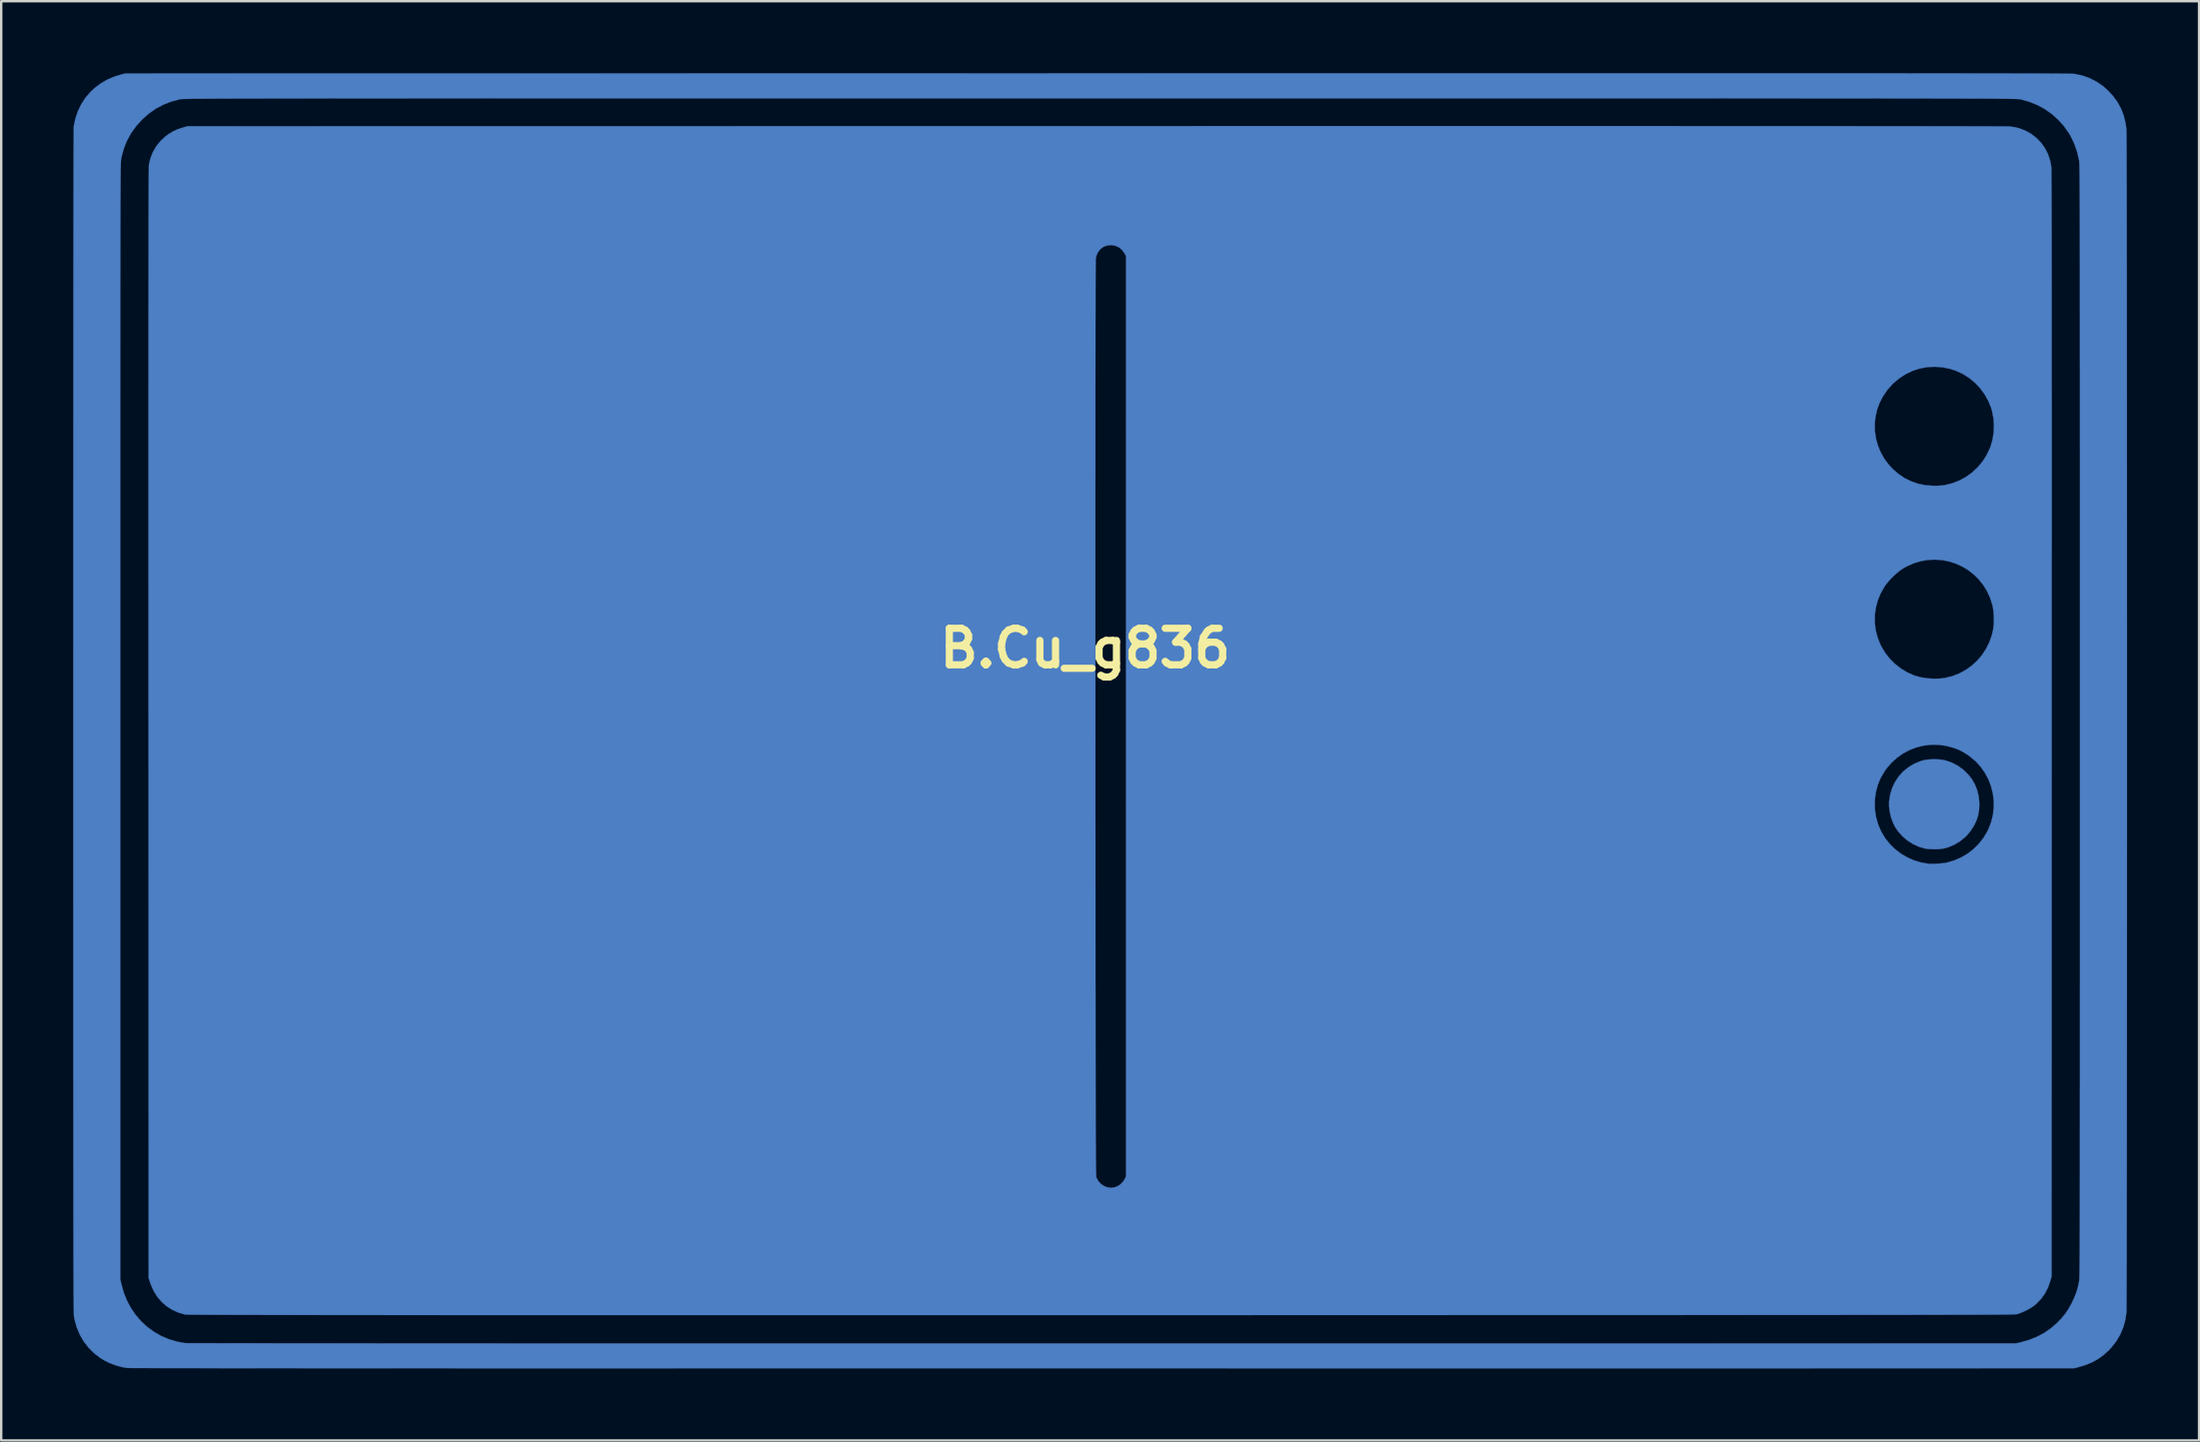
<source format=kicad_pcb>
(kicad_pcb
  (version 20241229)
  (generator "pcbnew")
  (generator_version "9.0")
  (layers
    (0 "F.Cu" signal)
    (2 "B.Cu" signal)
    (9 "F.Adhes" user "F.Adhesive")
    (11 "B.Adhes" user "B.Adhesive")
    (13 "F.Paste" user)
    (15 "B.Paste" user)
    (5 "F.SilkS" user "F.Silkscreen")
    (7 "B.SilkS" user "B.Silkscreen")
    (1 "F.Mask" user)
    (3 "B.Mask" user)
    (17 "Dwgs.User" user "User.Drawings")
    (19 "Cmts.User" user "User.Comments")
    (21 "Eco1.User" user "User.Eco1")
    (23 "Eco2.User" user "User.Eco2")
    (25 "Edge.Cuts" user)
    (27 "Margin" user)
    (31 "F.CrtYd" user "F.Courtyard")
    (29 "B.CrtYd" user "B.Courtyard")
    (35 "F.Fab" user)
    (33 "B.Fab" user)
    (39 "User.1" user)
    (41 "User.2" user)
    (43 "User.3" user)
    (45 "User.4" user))
  (footprint "B.Cu_g836"
    (layer "F.Cu")
    (at 42.19 23.984)
    (property "Reference" "B.Cu_g836" (at 0 0 0) (layer "F.SilkS") (effects (font (size 1.524 1.524) (thickness 0.3))))
    (attr through_hole)
    (fp_poly (pts (xy 35.623 4.636) (xy 35.787 4.657) (xy 35.867 4.675) (xy 36.131 4.767) (xy 36.379 4.896) (xy 36.607 5.059) (xy 36.809 5.254) (xy 36.971 5.461) (xy 37.1 5.687) (xy 37.195 5.934) (xy 37.255 6.197) (xy 37.28 6.467) (xy 37.269 6.74) (xy 37.233 6.952) (xy 37.164 7.172) (xy 37.059 7.392) (xy 36.925 7.603) (xy 36.767 7.795) (xy 36.685 7.877) (xy 36.469 8.052) (xy 36.233 8.193) (xy 35.984 8.297) (xy 35.788 8.349) (xy 35.654 8.368) (xy 35.494 8.378) (xy 35.326 8.378) (xy 35.164 8.37) (xy 35.025 8.352) (xy 34.999 8.347) (xy 34.752 8.274) (xy 34.513 8.163) (xy 34.287 8.019) (xy 34.082 7.846) (xy 33.904 7.65) (xy 33.773 7.459) (xy 33.677 7.265) (xy 33.6 7.051) (xy 33.546 6.828) (xy 33.517 6.608) (xy 33.516 6.403) (xy 33.518 6.382) (xy 33.564 6.095) (xy 33.647 5.825) (xy 33.765 5.576) (xy 33.915 5.348) (xy 34.096 5.146) (xy 34.305 4.972) (xy 34.54 4.828) (xy 34.798 4.717) (xy 34.936 4.675) (xy 35.083 4.646) (xy 35.256 4.63) (xy 35.441 4.627) (xy 35.623 4.636)) (stroke (width 0.01) (type solid)) (fill yes) (layer "B.Cu"))
    (fp_poly (pts (xy 17.106 -21.777) (xy 18.375 -21.777) (xy 19.604 -21.777) (xy 20.792 -21.777) (xy 21.941 -21.777) (xy 23.049 -21.777) (xy 24.117 -21.777) (xy 25.146 -21.776) (xy 26.136 -21.776) (xy 27.086 -21.776) (xy 27.997 -21.776) (xy 28.869 -21.775) (xy 29.702 -21.775) (xy 30.496 -21.775) (xy 31.252 -21.774) (xy 31.97 -21.774) (xy 32.649 -21.773) (xy 33.291 -21.773) (xy 33.894 -21.772) (xy 34.46 -21.772) (xy 34.988 -21.771) (xy 35.479 -21.77) (xy 35.933 -21.77) (xy 36.349 -21.769) (xy 36.729 -21.768) (xy 37.072 -21.768) (xy 37.378 -21.767) (xy 37.648 -21.766) (xy 37.881 -21.765) (xy 38.079 -21.764) (xy 38.24 -21.764) (xy 38.366 -21.763) (xy 38.456 -21.762) (xy 38.51 -21.761) (xy 38.528 -21.76) (xy 38.685 -21.741) (xy 38.835 -21.713) (xy 38.951 -21.683) (xy 39.215 -21.58) (xy 39.455 -21.442) (xy 39.671 -21.273) (xy 39.859 -21.076) (xy 40.016 -20.854) (xy 40.14 -20.61) (xy 40.23 -20.346) (xy 40.279 -20.085) (xy 40.281 -20.063) (xy 40.282 -20.018) (xy 40.283 -19.95) (xy 40.284 -19.859) (xy 40.285 -19.744) (xy 40.286 -19.604) (xy 40.287 -19.44) (xy 40.288 -19.249) (xy 40.289 -19.033) (xy 40.29 -18.79) (xy 40.291 -18.52) (xy 40.292 -18.222) (xy 40.293 -17.897) (xy 40.293 -17.542) (xy 40.294 -17.159) (xy 40.295 -16.746) (xy 40.295 -16.303) (xy 40.296 -15.829) (xy 40.296 -15.324) (xy 40.297 -14.787) (xy 40.297 -14.218) (xy 40.297 -13.616) (xy 40.298 -12.981) (xy 40.298 -12.313) (xy 40.298 -11.61) (xy 40.298 -10.872) (xy 40.299 -10.099) (xy 40.299 -9.291) (xy 40.299 -8.446) (xy 40.299 -7.564) (xy 40.299 -6.645) (xy 40.299 -5.688) (xy 40.299 -4.693) (xy 40.298 -3.659) (xy 40.298 -2.585) (xy 40.298 -1.472) (xy 40.298 -0.319) (xy 40.298 0.876) (xy 40.297 2.112) (xy 40.297 3.154) (xy 40.291 26.194) (xy 40.243 26.37) (xy 40.148 26.644) (xy 40.02 26.897) (xy 39.858 27.125) (xy 39.667 27.325) (xy 39.555 27.418) (xy 39.425 27.506) (xy 39.269 27.594) (xy 39.102 27.674) (xy 38.94 27.738) (xy 38.862 27.763) (xy 38.856 27.765) (xy 38.848 27.766) (xy 38.838 27.768) (xy 38.825 27.769) (xy 38.808 27.771) (xy 38.788 27.772) (xy 38.763 27.773) (xy 38.733 27.775) (xy 38.698 27.776) (xy 38.656 27.777) (xy 38.607 27.778) (xy 38.551 27.779) (xy 38.486 27.781) (xy 38.414 27.782) (xy 38.332 27.783) (xy 38.24 27.784) (xy 38.138 27.785) (xy 38.025 27.786) (xy 37.901 27.786) (xy 37.764 27.787) (xy 37.615 27.788) (xy 37.453 27.789) (xy 37.277 27.79) (xy 37.086 27.791) (xy 36.881 27.791) (xy 36.66 27.792) (xy 36.423 27.793) (xy 36.169 27.793) (xy 35.898 27.794) (xy 35.609 27.795) (xy 35.302 27.795) (xy 34.976 27.796) (xy 34.63 27.796) (xy 34.264 27.797) (xy 33.878 27.797) (xy 33.47 27.798) (xy 33.04 27.798) (xy 32.588 27.799) (xy 32.112 27.799) (xy 31.613 27.799) (xy 31.09 27.8) (xy 30.542 27.8) (xy 29.969 27.8) (xy 29.37 27.801) (xy 28.744 27.801) (xy 28.092 27.801) (xy 27.411 27.802) (xy 26.703 27.802) (xy 25.965 27.802) (xy 25.199 27.802) (xy 24.402 27.803) (xy 23.574 27.803) (xy 22.716 27.803) (xy 21.826 27.803) (xy 20.903 27.804) (xy 19.948 27.804) (xy 18.96 27.804) (xy 17.937 27.804) (xy 16.879 27.804) (xy 15.787 27.804) (xy 14.659 27.805) (xy 13.494 27.805) (xy 12.293 27.805) (xy 11.054 27.805) (xy 9.777 27.805) (xy 8.461 27.805) (xy 7.106 27.805) (xy 5.712 27.806) (xy 4.277 27.806) (xy 2.801 27.806) (xy 1.283 27.806) (xy 0.667 27.806) (xy -0.891 27.806) (xy -2.406 27.806) (xy -3.881 27.806) (xy -5.315 27.807) (xy -6.708 27.807) (xy -8.062 27.807) (xy -9.377 27.807) (xy -10.654 27.807) (xy -11.892 27.807) (xy -13.093 27.807) (xy -14.258 27.807) (xy -15.385 27.807) (xy -16.478 27.807) (xy -17.534 27.807) (xy -18.557 27.807) (xy -19.545 27.807) (xy -20.499 27.807) (xy -21.42 27.807) (xy -22.309 27.807) (xy -23.166 27.806) (xy -23.992 27.806) (xy -24.786 27.806) (xy -25.551 27.806) (xy -26.285 27.806) (xy -26.991 27.805) (xy -27.667 27.805) (xy -28.316 27.805) (xy -28.937 27.805) (xy -29.53 27.804) (xy -30.098 27.804) (xy -30.639 27.804) (xy -31.155 27.803) (xy -31.646 27.803) (xy -32.113 27.802) (xy -32.556 27.802) (xy -32.976 27.802) (xy -33.373 27.801) (xy -33.748 27.801) (xy -34.102 27.8) (xy -34.434 27.799) (xy -34.746 27.799) (xy -35.038 27.798) (xy -35.311 27.798) (xy -35.564 27.797) (xy -35.8 27.796) (xy -36.017 27.795) (xy -36.218 27.795) (xy -36.402 27.794) (xy -36.569 27.793) (xy -36.721 27.792) (xy -36.858 27.791) (xy -36.981 27.791) (xy -37.089 27.79) (xy -37.185 27.789) (xy -37.267 27.788) (xy -37.337 27.787) (xy -37.395 27.786) (xy -37.442 27.784) (xy -37.479 27.783) (xy -37.505 27.782) (xy -37.522 27.781) (xy -37.529 27.78) (xy -37.807 27.7) (xy -38.063 27.584) (xy -38.296 27.434) (xy -38.503 27.252) (xy -38.683 27.04) (xy -38.834 26.798) (xy -38.954 26.529) (xy -38.994 26.412) (xy -39.042 26.257) (xy -39.048 3.122) (xy -39.049 1.848) (xy -39.049 0.616) (xy -39.049 -0.575) (xy -39.049 -1.725) (xy -39.05 -2.835) (xy -39.05 -3.905) (xy -39.05 -4.012) (xy 0.427 -4.012) (xy 0.427 -3.073) (xy 0.427 -2.103) (xy 0.427 -1.104) (xy 0.427 -0.074) (xy 0.428 0.984) (xy 0.428 2.072) (xy 0.428 2.932) (xy 0.429 4.012) (xy 0.429 5.051) (xy 0.429 6.049) (xy 0.429 7.007) (xy 0.43 7.926) (xy 0.43 8.807) (xy 0.43 9.65) (xy 0.431 10.457) (xy 0.431 11.228) (xy 0.431 11.964) (xy 0.432 12.666) (xy 0.432 13.334) (xy 0.432 13.97) (xy 0.433 14.574) (xy 0.433 15.147) (xy 0.434 15.691) (xy 0.434 16.205) (xy 0.435 16.69) (xy 0.435 17.148) (xy 0.436 17.579) (xy 0.436 17.984) (xy 0.437 18.363) (xy 0.437 18.719) (xy 0.438 19.051) (xy 0.439 19.36) (xy 0.439 19.647) (xy 0.44 19.913) (xy 0.441 20.158) (xy 0.442 20.385) (xy 0.443 20.592) (xy 0.444 20.782) (xy 0.444 20.954) (xy 0.446 21.111) (xy 0.447 21.252) (xy 0.448 21.378) (xy 0.449 21.491) (xy 0.45 21.59) (xy 0.451 21.678) (xy 0.453 21.754) (xy 0.454 21.82) (xy 0.456 21.876) (xy 0.457 21.923) (xy 0.459 21.962) (xy 0.461 21.994) (xy 0.462 22.019) (xy 0.464 22.039) (xy 0.466 22.054) (xy 0.468 22.065) (xy 0.47 22.072) (xy 0.471 22.075) (xy 0.548 22.217) (xy 0.653 22.332) (xy 0.778 22.419) (xy 0.917 22.474) (xy 1.066 22.496) (xy 1.216 22.481) (xy 1.346 22.436) (xy 1.479 22.349) (xy 1.589 22.231) (xy 1.653 22.128) (xy 1.704 22.024) (xy 1.704 6.395) (xy 32.92 6.395) (xy 32.927 6.726) (xy 32.974 7.044) (xy 33.061 7.35) (xy 33.189 7.642) (xy 33.356 7.922) (xy 33.375 7.948) (xy 33.561 8.177) (xy 33.777 8.385) (xy 34.018 8.568) (xy 34.277 8.721) (xy 34.549 8.842) (xy 34.827 8.926) (xy 34.957 8.951) (xy 35.039 8.964) (xy 35.112 8.976) (xy 35.158 8.984) (xy 35.221 8.989) (xy 35.315 8.99) (xy 35.43 8.987) (xy 35.554 8.98) (xy 35.677 8.971) (xy 35.788 8.96) (xy 35.875 8.948) (xy 35.895 8.944) (xy 36.207 8.857) (xy 36.502 8.732) (xy 36.777 8.572) (xy 37.029 8.38) (xy 37.254 8.158) (xy 37.451 7.908) (xy 37.615 7.633) (xy 37.655 7.552) (xy 37.77 7.26) (xy 37.845 6.959) (xy 37.881 6.655) (xy 37.88 6.351) (xy 37.842 6.05) (xy 37.769 5.757) (xy 37.661 5.474) (xy 37.52 5.206) (xy 37.346 4.955) (xy 37.141 4.727) (xy 36.905 4.525) (xy 36.784 4.439) (xy 36.639 4.348) (xy 36.511 4.276) (xy 36.384 4.217) (xy 36.244 4.164) (xy 36.2 4.149) (xy 35.889 4.067) (xy 35.576 4.025) (xy 35.264 4.022) (xy 34.958 4.059) (xy 34.659 4.132) (xy 34.372 4.242) (xy 34.099 4.387) (xy 33.845 4.566) (xy 33.613 4.777) (xy 33.406 5.02) (xy 33.324 5.137) (xy 33.164 5.412) (xy 33.045 5.698) (xy 32.966 5.998) (xy 32.924 6.314) (xy 32.92 6.395) (xy 1.704 6.395) (xy 1.704 -1.064) (xy 32.921 -1.064) (xy 32.96 -0.752) (xy 33.04 -0.445) (xy 33.16 -0.146) (xy 33.187 -0.091) (xy 33.346 0.179) (xy 33.539 0.427) (xy 33.762 0.65) (xy 34.009 0.844) (xy 34.277 1.006) (xy 34.562 1.131) (xy 34.624 1.152) (xy 34.853 1.212) (xy 35.105 1.252) (xy 35.366 1.27) (xy 35.621 1.264) (xy 35.838 1.239) (xy 36.146 1.164) (xy 36.438 1.052) (xy 36.712 0.904) (xy 36.963 0.725) (xy 37.19 0.517) (xy 37.391 0.281) (xy 37.562 0.022) (xy 37.7 -0.259) (xy 37.804 -0.559) (xy 37.857 -0.79) (xy 37.877 -0.954) (xy 37.885 -1.142) (xy 37.883 -1.34) (xy 37.869 -1.533) (xy 37.845 -1.708) (xy 37.827 -1.795) (xy 37.73 -2.101) (xy 37.599 -2.385) (xy 37.439 -2.644) (xy 37.252 -2.878) (xy 37.04 -3.085) (xy 36.807 -3.265) (xy 36.556 -3.415) (xy 36.29 -3.534) (xy 36.012 -3.622) (xy 35.725 -3.678) (xy 35.432 -3.699) (xy 35.135 -3.685) (xy 34.839 -3.634) (xy 34.545 -3.546) (xy 34.257 -3.418) (xy 34.087 -3.322) (xy 33.942 -3.22) (xy 33.788 -3.091) (xy 33.634 -2.945) (xy 33.493 -2.791) (xy 33.372 -2.641) (xy 33.325 -2.572) (xy 33.165 -2.288) (xy 33.044 -1.992) (xy 32.963 -1.687) (xy 32.922 -1.376) (xy 32.921 -1.064) (xy 1.704 -1.064) (xy 1.704 -9.355) (xy 32.919 -9.355) (xy 32.925 -9.056) (xy 32.968 -8.759) (xy 33.047 -8.467) (xy 33.162 -8.184) (xy 33.314 -7.913) (xy 33.503 -7.658) (xy 33.655 -7.492) (xy 33.9 -7.276) (xy 34.163 -7.098) (xy 34.443 -6.959) (xy 34.74 -6.858) (xy 35.052 -6.797) (xy 35.38 -6.775) (xy 35.383 -6.775) (xy 35.515 -6.777) (xy 35.649 -6.784) (xy 35.769 -6.795) (xy 35.839 -6.804) (xy 36.146 -6.879) (xy 36.438 -6.992) (xy 36.713 -7.14) (xy 36.967 -7.321) (xy 37.196 -7.532) (xy 37.399 -7.771) (xy 37.571 -8.035) (xy 37.711 -8.322) (xy 37.75 -8.424) (xy 37.83 -8.702) (xy 37.876 -8.997) (xy 37.888 -9.298) (xy 37.867 -9.598) (xy 37.813 -9.886) (xy 37.77 -10.032) (xy 37.65 -10.324) (xy 37.496 -10.597) (xy 37.31 -10.849) (xy 37.095 -11.075) (xy 36.855 -11.273) (xy 36.593 -11.439) (xy 36.313 -11.57) (xy 36.066 -11.652) (xy 35.743 -11.717) (xy 35.423 -11.741) (xy 35.108 -11.724) (xy 34.8 -11.668) (xy 34.502 -11.572) (xy 34.218 -11.437) (xy 33.95 -11.265) (xy 33.701 -11.056) (xy 33.652 -11.009) (xy 33.439 -10.767) (xy 33.262 -10.507) (xy 33.121 -10.233) (xy 33.017 -9.947) (xy 32.95 -9.653) (xy 32.919 -9.355) (xy 1.704 -9.355) (xy 1.704 -16.351) (xy 1.648 -16.457) (xy 1.55 -16.599) (xy 1.43 -16.707) (xy 1.289 -16.778) (xy 1.13 -16.812) (xy 1.068 -16.815) (xy 0.907 -16.796) (xy 0.763 -16.741) (xy 0.642 -16.652) (xy 0.544 -16.533) (xy 0.475 -16.386) (xy 0.442 -16.249) (xy 0.441 -16.221) (xy 0.44 -16.15) (xy 0.439 -16.038) (xy 0.438 -15.885) (xy 0.437 -15.691) (xy 0.436 -15.457) (xy 0.435 -15.184) (xy 0.434 -14.872) (xy 0.434 -14.521) (xy 0.433 -14.131) (xy 0.432 -13.704) (xy 0.431 -13.24) (xy 0.431 -12.738) (xy 0.43 -12.201) (xy 0.43 -11.627) (xy 0.429 -11.018) (xy 0.429 -10.374) (xy 0.428 -9.695) (xy 0.428 -8.982) (xy 0.428 -8.235) (xy 0.428 -7.455) (xy 0.427 -6.642) (xy 0.427 -5.797) (xy 0.427 -4.921) (xy 0.427 -4.012) (xy -39.05 -4.012) (xy -39.05 -4.935) (xy -39.05 -5.927) (xy -39.05 -6.88) (xy -39.05 -7.796) (xy -39.05 -8.674) (xy -39.05 -9.516) (xy -39.05 -10.321) (xy -39.05 -11.09) (xy -39.049 -11.824) (xy -39.049 -12.523) (xy -39.049 -13.188) (xy -39.049 -13.819) (xy -39.048 -14.417) (xy -39.048 -14.982) (xy -39.047 -15.515) (xy -39.047 -16.016) (xy -39.046 -16.486) (xy -39.046 -16.925) (xy -39.045 -17.333) (xy -39.044 -17.712) (xy -39.044 -18.062) (xy -39.043 -18.382) (xy -39.042 -18.675) (xy -39.041 -18.94) (xy -39.04 -19.177) (xy -39.04 -19.388) (xy -39.039 -19.572) (xy -39.038 -19.731) (xy -39.036 -19.864) (xy -39.035 -19.973) (xy -39.034 -20.057) (xy -39.033 -20.118) (xy -39.032 -20.155) (xy -39.031 -20.168) (xy -38.968 -20.435) (xy -38.867 -20.69) (xy -38.73 -20.927) (xy -38.559 -21.143) (xy -38.357 -21.334) (xy -38.195 -21.453) (xy -38.021 -21.557) (xy -37.845 -21.638) (xy -37.65 -21.705) (xy -37.586 -21.723) (xy -37.412 -21.77) (xy 0.434 -21.776) (xy 2.158 -21.776) (xy 3.84 -21.776) (xy 5.48 -21.777) (xy 7.078 -21.777) (xy 8.635 -21.777) (xy 10.15 -21.777) (xy 11.623 -21.777) (xy 13.055 -21.777) (xy 14.447 -21.777) (xy 15.797 -21.777) (xy 17.106 -21.777)) (stroke (width 0.01) (type solid)) (fill yes) (layer "B.Cu"))
    (fp_poly (pts (xy 23.322 -23.979) (xy 24.251 -23.979) (xy 25.147 -23.979) (xy 26.012 -23.979) (xy 26.847 -23.979) (xy 27.651 -23.979) (xy 28.425 -23.979) (xy 29.17 -23.979) (xy 29.886 -23.978) (xy 30.574 -23.978) (xy 31.234 -23.978) (xy 31.867 -23.978) (xy 32.474 -23.978) (xy 33.055 -23.977) (xy 33.61 -23.977) (xy 34.141 -23.977) (xy 34.647 -23.976) (xy 35.129 -23.976) (xy 35.588 -23.976) (xy 36.025 -23.975) (xy 36.439 -23.975) (xy 36.832 -23.974) (xy 37.203 -23.974) (xy 37.554 -23.973) (xy 37.885 -23.973) (xy 38.197 -23.972) (xy 38.489 -23.972) (xy 38.764 -23.971) (xy 39.02 -23.971) (xy 39.259 -23.97) (xy 39.482 -23.969) (xy 39.688 -23.969) (xy 39.879 -23.968) (xy 40.055 -23.967) (xy 40.216 -23.966) (xy 40.363 -23.965) (xy 40.497 -23.965) (xy 40.617 -23.964) (xy 40.726 -23.963) (xy 40.822 -23.962) (xy 40.908 -23.961) (xy 40.982 -23.96) (xy 41.047 -23.959) (xy 41.102 -23.958) (xy 41.147 -23.957) (xy 41.185 -23.956) (xy 41.214 -23.954) (xy 41.236 -23.953) (xy 41.251 -23.952) (xy 41.256 -23.951) (xy 41.58 -23.881) (xy 41.883 -23.772) (xy 42.168 -23.627) (xy 42.434 -23.443) (xy 42.623 -23.278) (xy 42.849 -23.036) (xy 43.037 -22.779) (xy 43.187 -22.505) (xy 43.3 -22.212) (xy 43.377 -21.897) (xy 43.412 -21.639) (xy 43.413 -21.606) (xy 43.414 -21.532) (xy 43.415 -21.418) (xy 43.416 -21.265) (xy 43.417 -21.073) (xy 43.418 -20.845) (xy 43.419 -20.58) (xy 43.42 -20.279) (xy 43.421 -19.945) (xy 43.422 -19.578) (xy 43.423 -19.178) (xy 43.423 -18.748) (xy 43.424 -18.287) (xy 43.425 -17.797) (xy 43.426 -17.279) (xy 43.426 -16.735) (xy 43.427 -16.164) (xy 43.428 -15.568) (xy 43.428 -14.949) (xy 43.429 -14.306) (xy 43.429 -13.642) (xy 43.43 -12.956) (xy 43.43 -12.251) (xy 43.431 -11.527) (xy 43.431 -10.786) (xy 43.432 -10.027) (xy 43.432 -9.253) (xy 43.432 -8.464) (xy 43.433 -7.661) (xy 43.433 -6.846) (xy 43.433 -6.019) (xy 43.434 -5.181) (xy 43.434 -4.334) (xy 43.434 -3.478) (xy 43.434 -2.615) (xy 43.434 -1.745) (xy 43.435 -0.869) (xy 43.435 0.011) (xy 43.435 0.894) (xy 43.435 1.78) (xy 43.435 2.667) (xy 43.435 3.555) (xy 43.435 4.442) (xy 43.435 5.328) (xy 43.435 6.211) (xy 43.435 7.09) (xy 43.435 7.964) (xy 43.434 8.833) (xy 43.434 9.695) (xy 43.434 10.55) (xy 43.434 11.395) (xy 43.433 12.231) (xy 43.433 13.056) (xy 43.433 13.868) (xy 43.433 14.669) (xy 43.432 15.455) (xy 43.432 16.226) (xy 43.431 16.981) (xy 43.431 17.72) (xy 43.43 18.44) (xy 43.43 19.141) (xy 43.429 19.823) (xy 43.429 20.483) (xy 43.428 21.121) (xy 43.428 21.736) (xy 43.427 22.327) (xy 43.426 22.893) (xy 43.426 23.433) (xy 43.425 23.945) (xy 43.424 24.429) (xy 43.424 24.884) (xy 43.423 25.309) (xy 43.422 25.702) (xy 43.421 26.063) (xy 43.42 26.391) (xy 43.419 26.685) (xy 43.418 26.943) (xy 43.417 27.164) (xy 43.416 27.349) (xy 43.415 27.495) (xy 43.414 27.601) (xy 43.413 27.667) (xy 43.413 27.69) (xy 43.362 28.022) (xy 43.274 28.335) (xy 43.148 28.628) (xy 42.985 28.902) (xy 42.783 29.159) (xy 42.674 29.276) (xy 42.454 29.475) (xy 42.221 29.642) (xy 41.969 29.78) (xy 41.691 29.893) (xy 41.402 29.979) (xy 41.222 30.024) (xy 0.72 30.027) (xy -0.61 30.027) (xy -1.928 30.027) (xy -3.235 30.027) (xy -4.53 30.027) (xy -5.812 30.027) (xy -7.08 30.027) (xy -8.334 30.027) (xy -9.574 30.027) (xy -10.798 30.027) (xy -12.006 30.027) (xy -13.198 30.027) (xy -14.372 30.027) (xy -15.528 30.027) (xy -16.666 30.027) (xy -17.785 30.026) (xy -18.883 30.026) (xy -19.962 30.026) (xy -21.019 30.026) (xy -22.055 30.026) (xy -23.068 30.025) (xy -24.058 30.025) (xy -25.025 30.025) (xy -25.967 30.025) (xy -26.885 30.024) (xy -27.777 30.024) (xy -28.643 30.024) (xy -29.482 30.023) (xy -30.294 30.023) (xy -31.077 30.023) (xy -31.832 30.022) (xy -32.558 30.022) (xy -33.254 30.021) (xy -33.919 30.021) (xy -34.553 30.021) (xy -35.155 30.02) (xy -35.724 30.02) (xy -36.261 30.019) (xy -36.763 30.019) (xy -37.231 30.018) (xy -37.665 30.018) (xy -38.062 30.017) (xy -38.424 30.017) (xy -38.748 30.016) (xy -39.035 30.016) (xy -39.283 30.015) (xy -39.493 30.014) (xy -39.663 30.014) (xy -39.793 30.013) (xy -39.883 30.013) (xy -39.931 30.012) (xy -39.939 30.012) (xy -40.179 29.969) (xy -40.43 29.897) (xy -40.678 29.801) (xy -40.91 29.685) (xy -41.063 29.592) (xy -41.322 29.39) (xy -41.551 29.161) (xy -41.747 28.906) (xy -41.91 28.628) (xy -42.037 28.329) (xy -42.126 28.012) (xy -42.154 27.87) (xy -42.155 27.856) (xy -42.157 27.836) (xy -42.158 27.808) (xy -42.16 27.772) (xy -42.161 27.727) (xy -42.162 27.672) (xy -42.164 27.606) (xy -42.165 27.529) (xy -42.166 27.441) (xy -42.167 27.34) (xy -42.168 27.225) (xy -42.169 27.097) (xy -42.17 26.954) (xy -42.171 26.795) (xy -42.172 26.621) (xy -42.173 26.429) (xy -42.174 26.221) (xy -42.175 25.994) (xy -42.175 25.748) (xy -42.176 25.483) (xy -42.177 25.197) (xy -42.177 24.891) (xy -42.178 24.562) (xy -42.179 24.212) (xy -42.179 23.838) (xy -42.18 23.441) (xy -42.18 23.019) (xy -42.181 22.572) (xy -42.181 22.099) (xy -42.181 21.6) (xy -42.182 21.073) (xy -42.182 20.519) (xy -42.182 19.935) (xy -42.183 19.323) (xy -42.183 18.68) (xy -42.183 18.007) (xy -42.184 17.302) (xy -42.184 16.565) (xy -42.184 15.795) (xy -42.184 14.992) (xy -42.184 14.154) (xy -42.184 13.281) (xy -42.184 12.373) (xy -42.184 11.429) (xy -42.185 10.447) (xy -42.185 9.428) (xy -42.185 8.37) (xy -42.185 7.273) (xy -42.185 6.136) (xy -42.185 4.959) (xy -42.185 3.741) (xy -42.185 3.048) (xy -40.227 3.048) (xy -40.227 26.3) (xy -40.179 26.515) (xy -40.081 26.87) (xy -39.946 27.204) (xy -39.779 27.516) (xy -39.58 27.805) (xy -39.353 28.067) (xy -39.099 28.301) (xy -38.82 28.504) (xy -38.519 28.676) (xy -38.198 28.814) (xy -37.858 28.915) (xy -37.529 28.975) (xy -37.503 28.976) (xy -37.436 28.977) (xy -37.327 28.977) (xy -37.179 28.978) (xy -36.99 28.978) (xy -36.763 28.979) (xy -36.497 28.979) (xy -36.194 28.98) (xy -35.854 28.98) (xy -35.478 28.981) (xy -35.066 28.981) (xy -34.619 28.982) (xy -34.137 28.982) (xy -33.622 28.983) (xy -33.074 28.983) (xy -32.494 28.984) (xy -31.883 28.984) (xy -31.24 28.985) (xy -30.567 28.985) (xy -29.865 28.985) (xy -29.133 28.986) (xy -28.374 28.986) (xy -27.586 28.986) (xy -26.772 28.987) (xy -25.932 28.987) (xy -25.066 28.987) (xy -24.175 28.988) (xy -23.26 28.988) (xy -22.322 28.988) (xy -21.36 28.989) (xy -20.377 28.989) (xy -19.372 28.989) (xy -18.346 28.989) (xy -17.3 28.989) (xy -16.234 28.99) (xy -15.15 28.99) (xy -14.047 28.99) (xy -12.927 28.99) (xy -11.79 28.99) (xy -10.637 28.99) (xy -9.468 28.99) (xy -8.284 28.99) (xy -7.087 28.99) (xy -5.876 28.99) (xy -4.652 28.99) (xy -3.416 28.99) (xy -2.168 28.99) (xy -0.91 28.99) (xy 0.358 28.99) (xy 0.709 28.99) (xy 38.809 28.987) (xy 39.004 28.941) (xy 39.361 28.838) (xy 39.689 28.707) (xy 39.99 28.546) (xy 40.268 28.352) (xy 40.517 28.135) (xy 40.701 27.945) (xy 40.856 27.758) (xy 40.99 27.56) (xy 41.115 27.339) (xy 41.148 27.273) (xy 41.251 27.05) (xy 41.331 26.84) (xy 41.392 26.624) (xy 41.44 26.395) (xy 41.442 26.383) (xy 41.443 26.368) (xy 41.445 26.349) (xy 41.447 26.325) (xy 41.449 26.295) (xy 41.45 26.26) (xy 41.452 26.217) (xy 41.453 26.167) (xy 41.454 26.108) (xy 41.456 26.041) (xy 41.457 25.963) (xy 41.458 25.874) (xy 41.459 25.775) (xy 41.46 25.663) (xy 41.462 25.538) (xy 41.463 25.399) (xy 41.464 25.247) (xy 41.464 25.079) (xy 41.465 24.895) (xy 41.466 24.695) (xy 41.467 24.477) (xy 41.468 24.241) (xy 41.468 23.987) (xy 41.469 23.713) (xy 41.47 23.418) (xy 41.47 23.103) (xy 41.471 22.766) (xy 41.471 22.406) (xy 41.472 22.023) (xy 41.472 21.616) (xy 41.473 21.185) (xy 41.473 20.728) (xy 41.473 20.244) (xy 41.474 19.734) (xy 41.474 19.196) (xy 41.474 18.629) (xy 41.475 18.034) (xy 41.475 17.408) (xy 41.475 16.752) (xy 41.475 16.065) (xy 41.475 15.345) (xy 41.475 14.592) (xy 41.476 13.806) (xy 41.476 12.985) (xy 41.476 12.13) (xy 41.476 11.238) (xy 41.476 10.31) (xy 41.476 9.344) (xy 41.476 8.341) (xy 41.476 7.299) (xy 41.476 6.217) (xy 41.476 5.094) (xy 41.476 3.931) (xy 41.476 3.027) (xy 41.476 1.832) (xy 41.476 0.679) (xy 41.476 -0.433) (xy 41.476 -1.505) (xy 41.476 -2.538) (xy 41.476 -3.532) (xy 41.476 -4.488) (xy 41.476 -5.407) (xy 41.476 -6.29) (xy 41.476 -7.137) (xy 41.476 -7.949) (xy 41.475 -8.727) (xy 41.475 -9.471) (xy 41.475 -10.183) (xy 41.475 -10.863) (xy 41.475 -11.512) (xy 41.474 -12.13) (xy 41.474 -12.718) (xy 41.474 -13.277) (xy 41.474 -13.808) (xy 41.473 -14.312) (xy 41.473 -14.789) (xy 41.473 -15.24) (xy 41.472 -15.665) (xy 41.472 -16.066) (xy 41.471 -16.443) (xy 41.471 -16.797) (xy 41.47 -17.129) (xy 41.47 -17.439) (xy 41.469 -17.728) (xy 41.468 -17.998) (xy 41.468 -18.247) (xy 41.467 -18.479) (xy 41.466 -18.692) (xy 41.465 -18.888) (xy 41.464 -19.068) (xy 41.463 -19.232) (xy 41.462 -19.381) (xy 41.461 -19.516) (xy 41.46 -19.638) (xy 41.459 -19.747) (xy 41.458 -19.844) (xy 41.457 -19.929) (xy 41.455 -20.005) (xy 41.454 -20.07) (xy 41.453 -20.127) (xy 41.451 -20.175) (xy 41.45 -20.216) (xy 41.448 -20.25) (xy 41.447 -20.278) (xy 41.445 -20.3) (xy 41.443 -20.318) (xy 41.441 -20.333) (xy 41.44 -20.341) (xy 41.358 -20.696) (xy 41.245 -21.027) (xy 41.101 -21.333) (xy 41.018 -21.476) (xy 40.806 -21.777) (xy 40.565 -22.046) (xy 40.297 -22.284) (xy 40.004 -22.489) (xy 39.687 -22.66) (xy 39.347 -22.796) (xy 38.989 -22.895) (xy 38.981 -22.896) (xy 38.972 -22.898) (xy 38.96 -22.899) (xy 38.946 -22.901) (xy 38.928 -22.902) (xy 38.907 -22.904) (xy 38.881 -22.905) (xy 38.85 -22.906) (xy 38.813 -22.907) (xy 38.77 -22.909) (xy 38.721 -22.91) (xy 38.664 -22.911) (xy 38.599 -22.912) (xy 38.526 -22.913) (xy 38.444 -22.914) (xy 38.352 -22.915) (xy 38.25 -22.916) (xy 38.137 -22.917) (xy 38.013 -22.918) (xy 37.876 -22.919) (xy 37.728 -22.92) (xy 37.566 -22.921) (xy 37.39 -22.921) (xy 37.2 -22.922) (xy 36.995 -22.923) (xy 36.775 -22.923) (xy 36.539 -22.924) (xy 36.287 -22.925) (xy 36.017 -22.925) (xy 35.729 -22.926) (xy 35.423 -22.926) (xy 35.099 -22.927) (xy 34.754 -22.927) (xy 34.39 -22.928) (xy 34.005 -22.928) (xy 33.599 -22.929) (xy 33.171 -22.929) (xy 32.721 -22.93) (xy 32.248 -22.93) (xy 31.751 -22.93) (xy 31.231 -22.931) (xy 30.685 -22.931) (xy 30.115 -22.931) (xy 29.518 -22.932) (xy 28.895 -22.932) (xy 28.246 -22.932) (xy 27.568 -22.932) (xy 26.863 -22.932) (xy 26.129 -22.933) (xy 25.365 -22.933) (xy 24.572 -22.933) (xy 23.748 -22.933) (xy 22.893 -22.933) (xy 22.007 -22.933) (xy 21.089 -22.933) (xy 20.137 -22.934) (xy 19.153 -22.934) (xy 18.134 -22.934) (xy 17.081 -22.934) (xy 15.993 -22.934) (xy 14.869 -22.934) (xy 13.71 -22.934) (xy 12.513 -22.934) (xy 11.279 -22.934) (xy 10.007 -22.934) (xy 8.696 -22.934) (xy 7.347 -22.934) (xy 5.957 -22.934) (xy 4.528 -22.934) (xy 3.058 -22.934) (xy 1.546 -22.934) (xy 0.624 -22.934) (xy -0.913 -22.934) (xy -2.409 -22.934) (xy -3.863 -22.934) (xy -5.277 -22.934) (xy -6.651 -22.934) (xy -7.985 -22.934) (xy -9.28 -22.934) (xy -10.538 -22.934) (xy -11.757 -22.934) (xy -12.939 -22.934) (xy -14.085 -22.934) (xy -15.195 -22.934) (xy -16.269 -22.934) (xy -17.309 -22.934) (xy -18.314 -22.934) (xy -19.286 -22.933) (xy -20.224 -22.933) (xy -21.13 -22.933) (xy -22.004 -22.933) (xy -22.847 -22.933) (xy -23.659 -22.933) (xy -24.44 -22.933) (xy -25.192 -22.932) (xy -25.915 -22.932) (xy -26.61 -22.932) (xy -27.276 -22.932) (xy -27.915 -22.932) (xy -28.528 -22.931) (xy -29.114 -22.931) (xy -29.675 -22.931) (xy -30.21 -22.93) (xy -30.722 -22.93) (xy -31.209 -22.93) (xy -31.673 -22.929) (xy -32.114 -22.929) (xy -32.534 -22.929) (xy -32.931 -22.928) (xy -33.308 -22.928) (xy -33.664 -22.927) (xy -34.001 -22.927) (xy -34.318 -22.926) (xy -34.616 -22.925) (xy -34.897 -22.925) (xy -35.159 -22.924) (xy -35.405 -22.924) (xy -35.635 -22.923) (xy -35.849 -22.922) (xy -36.047 -22.922) (xy -36.231 -22.921) (xy -36.401 -22.92) (xy -36.557 -22.919) (xy -36.701 -22.918) (xy -36.832 -22.917) (xy -36.951 -22.916) (xy -37.059 -22.916) (xy -37.157 -22.915) (xy -37.245 -22.914) (xy -37.323 -22.912) (xy -37.392 -22.911) (xy -37.453 -22.91) (xy -37.506 -22.909) (xy -37.552 -22.908) (xy -37.592 -22.907) (xy -37.625 -22.905) (xy -37.654 -22.904) (xy -37.677 -22.903) (xy -37.696 -22.901) (xy -37.712 -22.9) (xy -37.724 -22.898) (xy -37.734 -22.897) (xy -37.74 -22.896) (xy -38.094 -22.801) (xy -38.423 -22.674) (xy -38.73 -22.511) (xy -39.017 -22.313) (xy -39.288 -22.076) (xy -39.328 -22.036) (xy -39.574 -21.762) (xy -39.78 -21.472) (xy -39.948 -21.164) (xy -40.079 -20.837) (xy -40.173 -20.491) (xy -40.188 -20.415) (xy -40.19 -20.404) (xy -40.192 -20.39) (xy -40.194 -20.375) (xy -40.195 -20.357) (xy -40.197 -20.334) (xy -40.199 -20.307) (xy -40.2 -20.275) (xy -40.202 -20.237) (xy -40.204 -20.192) (xy -40.205 -20.14) (xy -40.206 -20.079) (xy -40.208 -20.009) (xy -40.209 -19.93) (xy -40.21 -19.84) (xy -40.211 -19.739) (xy -40.212 -19.626) (xy -40.213 -19.5) (xy -40.214 -19.361) (xy -40.215 -19.207) (xy -40.216 -19.039) (xy -40.217 -18.855) (xy -40.218 -18.654) (xy -40.219 -18.437) (xy -40.219 -18.201) (xy -40.22 -17.947) (xy -40.221 -17.673) (xy -40.221 -17.379) (xy -40.222 -17.065) (xy -40.222 -16.728) (xy -40.223 -16.37) (xy -40.223 -15.988) (xy -40.224 -15.582) (xy -40.224 -15.152) (xy -40.225 -14.696) (xy -40.225 -14.214) (xy -40.225 -13.705) (xy -40.225 -13.169) (xy -40.226 -12.605) (xy -40.226 -12.011) (xy -40.226 -11.388) (xy -40.226 -10.734) (xy -40.227 -10.048) (xy -40.227 -9.331) (xy -40.227 -8.581) (xy -40.227 -7.797) (xy -40.227 -6.979) (xy -40.227 -6.126) (xy -40.227 -5.237) (xy -40.227 -4.312) (xy -40.227 -3.35) (xy -40.227 -2.349) (xy -40.227 -1.31) (xy -40.227 -0.231) (xy -40.227 0.888) (xy -40.227 2.047) (xy -40.227 3.048) (xy -42.185 3.048) (xy -42.185 3.027) (xy -42.185 1.632) (xy -42.185 0.276) (xy -42.184 -1.04) (xy -42.184 -2.317) (xy -42.184 -3.554) (xy -42.184 -4.751) (xy -42.184 -5.908) (xy -42.183 -7.026) (xy -42.183 -8.103) (xy -42.183 -9.14) (xy -42.182 -10.137) (xy -42.182 -11.093) (xy -42.181 -12.009) (xy -42.181 -12.885) (xy -42.18 -13.72) (xy -42.18 -14.514) (xy -42.179 -15.268) (xy -42.179 -15.981) (xy -42.178 -16.653) (xy -42.177 -17.284) (xy -42.176 -17.873) (xy -42.176 -18.422) (xy -42.175 -18.929) (xy -42.174 -19.395) (xy -42.173 -19.82) (xy -42.172 -20.203) (xy -42.171 -20.545) (xy -42.17 -20.844) (xy -42.169 -21.102) (xy -42.168 -21.318) (xy -42.167 -21.492) (xy -42.166 -21.625) (xy -42.165 -21.715) (xy -42.164 -21.762) (xy -42.163 -21.77) (xy -42.098 -22.088) (xy -41.994 -22.393) (xy -41.855 -22.682) (xy -41.682 -22.95) (xy -41.477 -23.192) (xy -41.302 -23.358) (xy -41.04 -23.556) (xy -40.758 -23.718) (xy -40.452 -23.846) (xy -40.23 -23.914) (xy -40.016 -23.971) (xy 0.519 -23.977) (xy 2.116 -23.977) (xy 3.671 -23.978) (xy 5.186 -23.978) (xy 6.659 -23.978) (xy 8.093 -23.978) (xy 9.487 -23.978) (xy 10.842 -23.978) (xy 12.158 -23.979) (xy 13.436 -23.979) (xy 14.677 -23.979) (xy 15.881 -23.979) (xy 17.049 -23.979) (xy 18.181 -23.979) (xy 19.277 -23.979) (xy 20.339 -23.979) (xy 21.367 -23.979) (xy 22.361 -23.979) (xy 23.322 -23.979)) (stroke (width 0.01) (type solid)) (fill yes) (layer "B.Cu")))
  (gr_rect
    (start -3 -3)
    (end 88.63 57.017)
    (stroke (width 0.1) (type default))
    (fill no)
    (layer "Edge.Cuts")))
</source>
